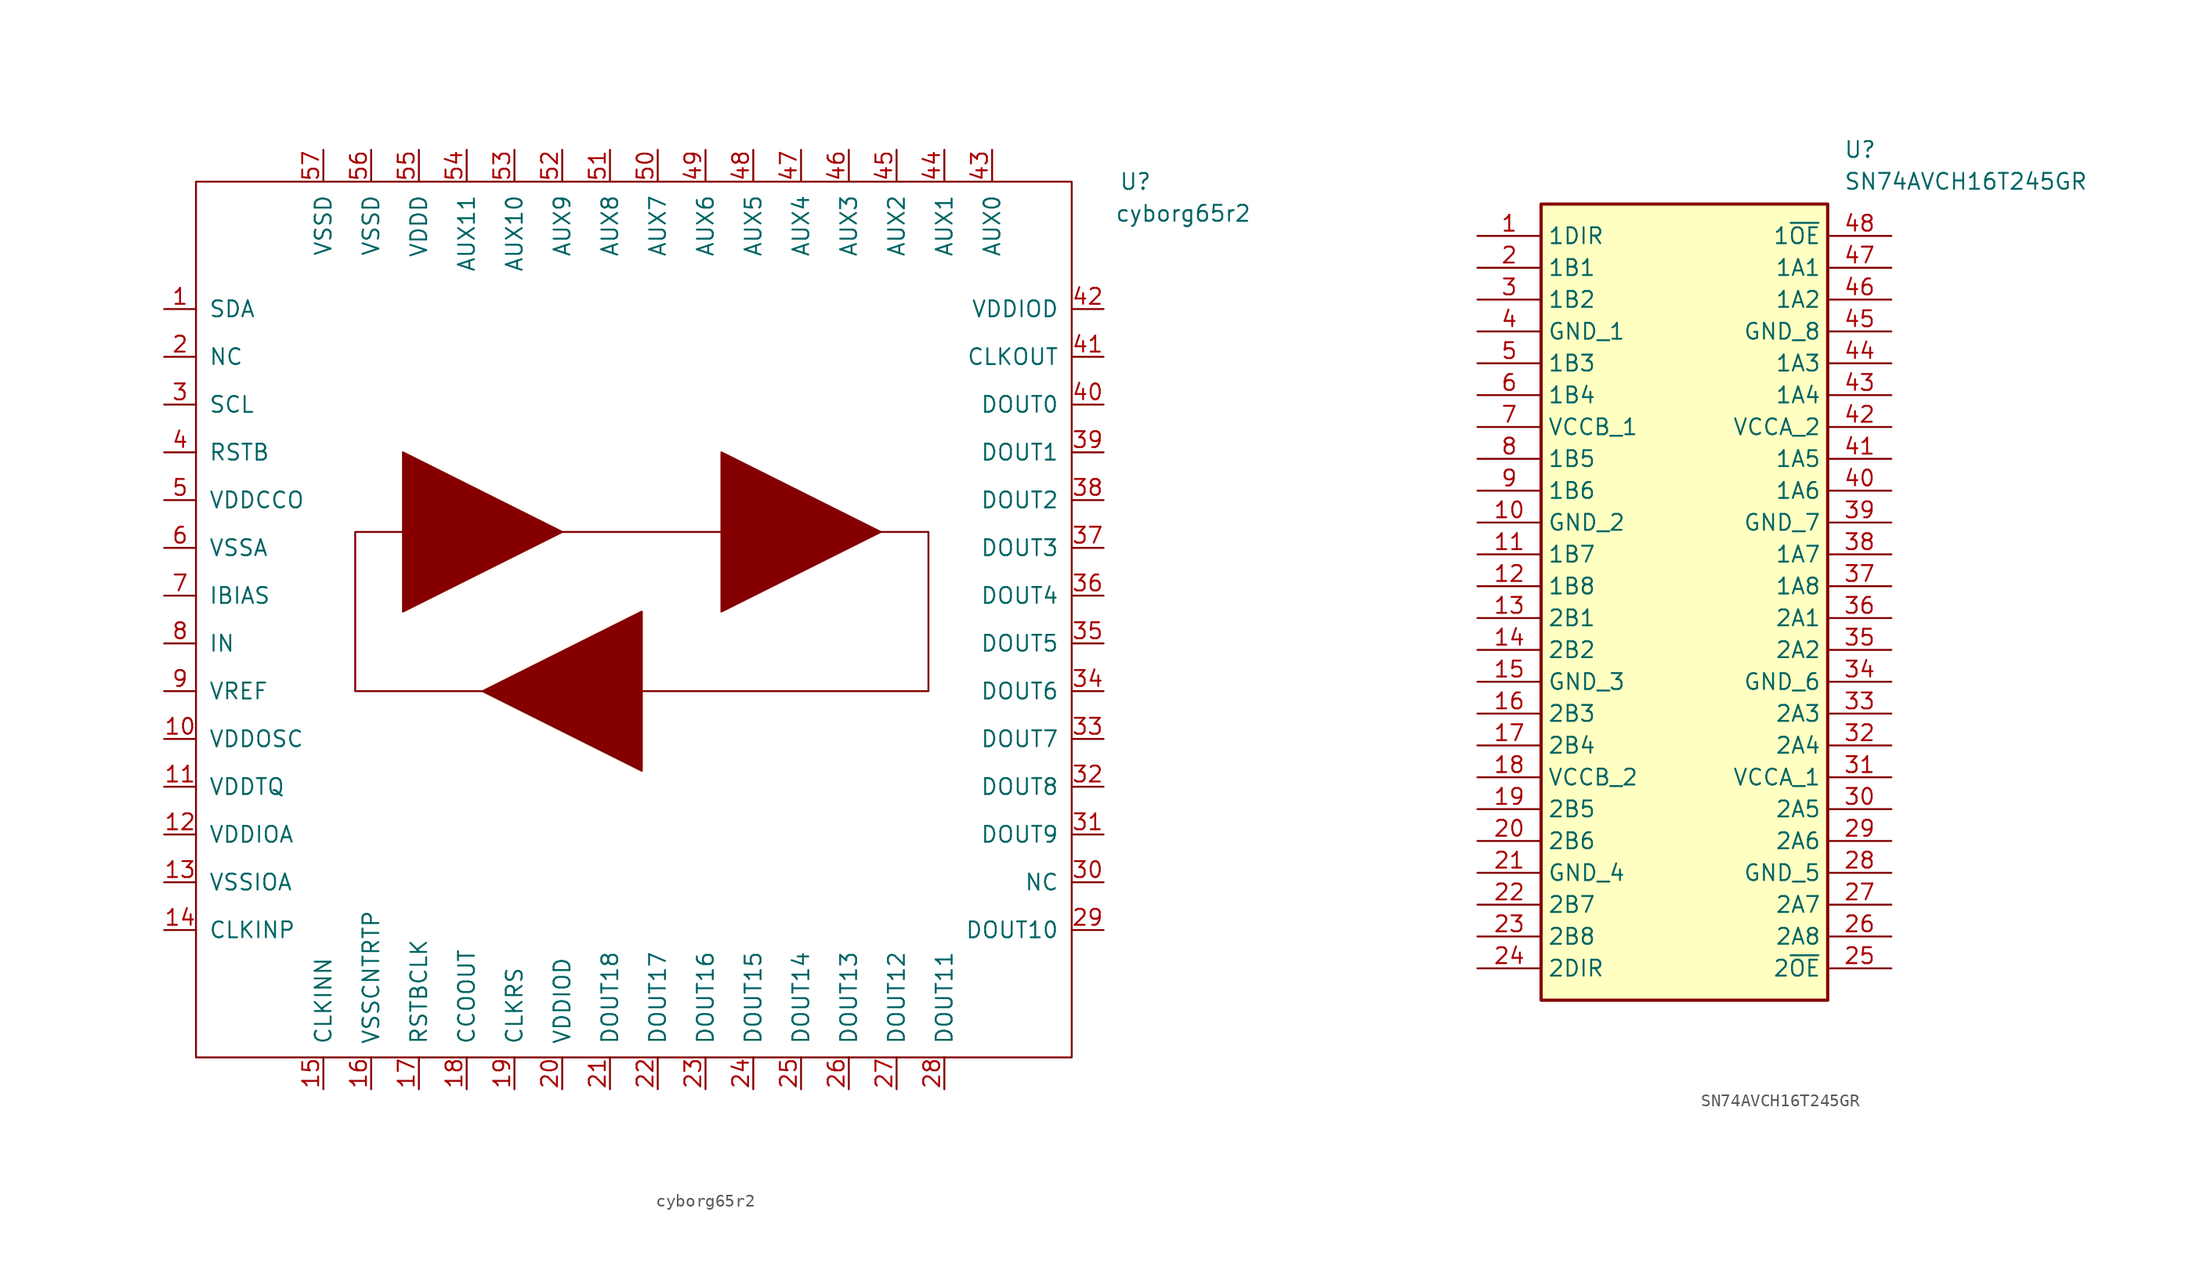
<source format=kicad_sym>
(kicad_symbol_lib
  (version 20220914)
  (generator kicad_symbol_editor)
  (symbol "cyborg65r2"
    (pin_names
      (offset 1))
    (property "Reference" "U"
      (at 77.47 10.16 0)
      (effects (font (size 1.27 1.27))))
    (property "Value" "cyborg65r2"
      (at 81.28 7.62 0)
      (effects (font (size 1.27 1.27))))
    (symbol "cyborg65r2_0_0"
      (pin bidirectional line (at 0 0 0) (length 2.54) (name "SDA" (effects (font (size 1.27 1.27)))) (number "1" (effects (font (size 1.27 1.27)))))
      (pin power_in line (at 0 -34.29 0) (length 2.54) (name "VDDOSC" (effects (font (size 1.27 1.27)))) (number "10" (effects (font (size 1.27 1.27)))))
      (pin power_in line (at 0 -38.1 0) (length 2.54) (name "VDDTQ" (effects (font (size 1.27 1.27)))) (number "11" (effects (font (size 1.27 1.27)))))
      (pin power_in line (at 0 -41.91 0) (length 2.54) (name "VDDIOA" (effects (font (size 1.27 1.27)))) (number "12" (effects (font (size 1.27 1.27)))))
      (pin power_in line (at 0 -45.72 0) (length 2.54) (name "VSSIOA" (effects (font (size 1.27 1.27)))) (number "13" (effects (font (size 1.27 1.27)))))
      (pin input line (at 0 -49.53 0) (length 2.54) (name "CLKINP" (effects (font (size 1.27 1.27)))) (number "14" (effects (font (size 1.27 1.27)))))
      (pin input line (at 12.7 -62.23 90) (length 2.54) (name "CLKINN" (effects (font (size 1.27 1.27)))) (number "15" (effects (font (size 1.27 1.27)))))
      (pin power_in line (at 16.51 -62.23 90) (length 2.54) (name "VSSCNTRTP" (effects (font (size 1.27 1.27)))) (number "16" (effects (font (size 1.27 1.27)))))
      (pin input line (at 20.32 -62.23 90) (length 2.54) (name "RSTBCLK" (effects (font (size 1.27 1.27)))) (number "17" (effects (font (size 1.27 1.27)))))
      (pin output line (at 24.13 -62.23 90) (length 2.54) (name "CCOOUT" (effects (font (size 1.27 1.27)))) (number "18" (effects (font (size 1.27 1.27)))))
      (pin output line (at 27.94 -62.23 90) (length 2.54) (name "CLKRS" (effects (font (size 1.27 1.27)))) (number "19" (effects (font (size 1.27 1.27)))))
      (pin free line (at 0 -3.81 0) (length 2.54) (name "NC" (effects (font (size 1.27 1.27)))) (number "2" (effects (font (size 1.27 1.27)))))
      (pin power_in line (at 31.75 -62.23 90) (length 2.54) (name "VDDIOD" (effects (font (size 1.27 1.27)))) (number "20" (effects (font (size 1.27 1.27)))))
      (pin output line (at 35.56 -62.23 90) (length 2.54) (name "DOUT18" (effects (font (size 1.27 1.27)))) (number "21" (effects (font (size 1.27 1.27)))))
      (pin output line (at 39.37 -62.23 90) (length 2.54) (name "DOUT17" (effects (font (size 1.27 1.27)))) (number "22" (effects (font (size 1.27 1.27)))))
      (pin output line (at 43.18 -62.23 90) (length 2.54) (name "DOUT16" (effects (font (size 1.27 1.27)))) (number "23" (effects (font (size 1.27 1.27)))))
      (pin output line (at 46.99 -62.23 90) (length 2.54) (name "DOUT15" (effects (font (size 1.27 1.27)))) (number "24" (effects (font (size 1.27 1.27)))))
      (pin output line (at 50.8 -62.23 90) (length 2.54) (name "DOUT14" (effects (font (size 1.27 1.27)))) (number "25" (effects (font (size 1.27 1.27)))))
      (pin output line (at 54.61 -62.23 90) (length 2.54) (name "DOUT13" (effects (font (size 1.27 1.27)))) (number "26" (effects (font (size 1.27 1.27)))))
      (pin output line (at 58.42 -62.23 90) (length 2.54) (name "DOUT12" (effects (font (size 1.27 1.27)))) (number "27" (effects (font (size 1.27 1.27)))))
      (pin output line (at 62.23 -62.23 90) (length 2.54) (name "DOUT11" (effects (font (size 1.27 1.27)))) (number "28" (effects (font (size 1.27 1.27)))))
      (pin output line (at 74.93 -49.53 180) (length 2.54) (name "DOUT10" (effects (font (size 1.27 1.27)))) (number "29" (effects (font (size 1.27 1.27)))))
      (pin bidirectional line (at 0 -7.62 0) (length 2.54) (name "SCL" (effects (font (size 1.27 1.27)))) (number "3" (effects (font (size 1.27 1.27)))))
      (pin free line (at 74.93 -45.72 180) (length 2.54) (name "NC" (effects (font (size 1.27 1.27)))) (number "30" (effects (font (size 1.27 1.27)))))
      (pin output line (at 74.93 -41.91 180) (length 2.54) (name "DOUT9" (effects (font (size 1.27 1.27)))) (number "31" (effects (font (size 1.27 1.27)))))
      (pin output line (at 74.93 -38.1 180) (length 2.54) (name "DOUT8" (effects (font (size 1.27 1.27)))) (number "32" (effects (font (size 1.27 1.27)))))
      (pin output line (at 74.93 -34.29 180) (length 2.54) (name "DOUT7" (effects (font (size 1.27 1.27)))) (number "33" (effects (font (size 1.27 1.27)))))
      (pin output line (at 74.93 -30.48 180) (length 2.54) (name "DOUT6" (effects (font (size 1.27 1.27)))) (number "34" (effects (font (size 1.27 1.27)))))
      (pin output line (at 74.93 -26.67 180) (length 2.54) (name "DOUT5" (effects (font (size 1.27 1.27)))) (number "35" (effects (font (size 1.27 1.27)))))
      (pin output line (at 74.93 -22.86 180) (length 2.54) (name "DOUT4" (effects (font (size 1.27 1.27)))) (number "36" (effects (font (size 1.27 1.27)))))
      (pin output line (at 74.93 -19.05 180) (length 2.54) (name "DOUT3" (effects (font (size 1.27 1.27)))) (number "37" (effects (font (size 1.27 1.27)))))
      (pin output line (at 74.93 -15.24 180) (length 2.54) (name "DOUT2" (effects (font (size 1.27 1.27)))) (number "38" (effects (font (size 1.27 1.27)))))
      (pin output line (at 74.93 -11.43 180) (length 2.54) (name "DOUT1" (effects (font (size 1.27 1.27)))) (number "39" (effects (font (size 1.27 1.27)))))
      (pin input line (at 0 -11.43 0) (length 2.54) (name "RSTB" (effects (font (size 1.27 1.27)))) (number "4" (effects (font (size 1.27 1.27)))))
      (pin output line (at 74.93 -7.62 180) (length 2.54) (name "DOUT0" (effects (font (size 1.27 1.27)))) (number "40" (effects (font (size 1.27 1.27)))))
      (pin output line (at 74.93 -3.81 180) (length 2.54) (name "CLKOUT" (effects (font (size 1.27 1.27)))) (number "41" (effects (font (size 1.27 1.27)))))
      (pin power_in line (at 74.93 0 180) (length 2.54) (name "VDDIOD" (effects (font (size 1.27 1.27)))) (number "42" (effects (font (size 1.27 1.27)))))
      (pin output line (at 66.04 12.7 270) (length 2.54) (name "AUX0" (effects (font (size 1.27 1.27)))) (number "43" (effects (font (size 1.27 1.27)))))
      (pin output line (at 62.23 12.7 270) (length 2.54) (name "AUX1" (effects (font (size 1.27 1.27)))) (number "44" (effects (font (size 1.27 1.27)))))
      (pin output line (at 58.42 12.7 270) (length 2.54) (name "AUX2" (effects (font (size 1.27 1.27)))) (number "45" (effects (font (size 1.27 1.27)))))
      (pin output line (at 54.61 12.7 270) (length 2.54) (name "AUX3" (effects (font (size 1.27 1.27)))) (number "46" (effects (font (size 1.27 1.27)))))
      (pin output line (at 50.8 12.7 270) (length 2.54) (name "AUX4" (effects (font (size 1.27 1.27)))) (number "47" (effects (font (size 1.27 1.27)))))
      (pin output line (at 46.99 12.7 270) (length 2.54) (name "AUX5" (effects (font (size 1.27 1.27)))) (number "48" (effects (font (size 1.27 1.27)))))
      (pin output line (at 43.18 12.7 270) (length 2.54) (name "AUX6" (effects (font (size 1.27 1.27)))) (number "49" (effects (font (size 1.27 1.27)))))
      (pin power_in line (at 0 -15.24 0) (length 2.54) (name "VDDCCO" (effects (font (size 1.27 1.27)))) (number "5" (effects (font (size 1.27 1.27)))))
      (pin output line (at 39.37 12.7 270) (length 2.54) (name "AUX7" (effects (font (size 1.27 1.27)))) (number "50" (effects (font (size 1.27 1.27)))))
      (pin passive line (at 35.56 12.7 270) (length 2.54) (name "AUX8" (effects (font (size 1.27 1.27)))) (number "51" (effects (font (size 1.27 1.27)))))
      (pin output line (at 31.75 12.7 270) (length 2.54) (name "AUX9" (effects (font (size 1.27 1.27)))) (number "52" (effects (font (size 1.27 1.27)))))
      (pin output line (at 27.94 12.7 270) (length 2.54) (name "AUX10" (effects (font (size 1.27 1.27)))) (number "53" (effects (font (size 1.27 1.27)))))
      (pin output line (at 24.13 12.7 270) (length 2.54) (name "AUX11" (effects (font (size 1.27 1.27)))) (number "54" (effects (font (size 1.27 1.27)))))
      (pin power_in line (at 20.32 12.7 270) (length 2.54) (name "VDDD" (effects (font (size 1.27 1.27)))) (number "55" (effects (font (size 1.27 1.27)))))
      (pin power_out line (at 16.51 12.7 270) (length 2.54) (name "VSSD" (effects (font (size 1.27 1.27)))) (number "56" (effects (font (size 1.27 1.27)))))
      (pin power_in line (at 12.7 12.7 270) (length 2.54) (name "VSSD" (effects (font (size 1.27 1.27)))) (number "57" (effects (font (size 1.27 1.27)))))
      (pin power_in line (at 0 -19.05 0) (length 2.54) (name "VSSA" (effects (font (size 1.27 1.27)))) (number "6" (effects (font (size 1.27 1.27)))))
      (pin input line (at 0 -22.86 0) (length 2.54) (name "IBIAS" (effects (font (size 1.27 1.27)))) (number "7" (effects (font (size 1.27 1.27)))))
      (pin input line (at 0 -26.67 0) (length 2.54) (name "IN" (effects (font (size 1.27 1.27)))) (number "8" (effects (font (size 1.27 1.27)))))
      (pin input line (at 0 -30.48 0) (length 2.54) (name "VREF" (effects (font (size 1.27 1.27)))) (number "9" (effects (font (size 1.27 1.27))))))
    (symbol "cyborg65r2_0_1"
      (polyline (pts (xy 31.75 -17.78) (xy 44.45 -17.78)) (stroke (width 0) (type default)) (fill (type none)))
      (polyline (pts (xy 19.05 -11.43) (xy 19.05 -24.13) (xy 31.75 -17.78) (xy 19.05 -11.43)) (stroke (width 0) (type default)) (fill (type outline)))
      (polyline (pts (xy 25.4 -30.48) (xy 15.24 -30.48) (xy 15.24 -17.78) (xy 19.05 -17.78)) (stroke (width 0) (type default)) (fill (type none)))
      (polyline (pts (xy 38.1 -24.13) (xy 38.1 -36.83) (xy 25.4 -30.48) (xy 38.1 -24.13)) (stroke (width 0) (type default)) (fill (type outline)))
      (polyline (pts (xy 44.45 -11.43) (xy 44.45 -24.13) (xy 57.15 -17.78) (xy 44.45 -11.43)) (stroke (width 0) (type default)) (fill (type outline)))
      (polyline (pts (xy 57.15 -17.78) (xy 60.96 -17.78) (xy 60.96 -30.48) (xy 38.1 -30.48)) (stroke (width 0) (type default)) (fill (type none)))
      (rectangle (start 2.54 10.16) (end 72.39 -59.69) (stroke (width 0) (type default)) (fill (type none)))))
  (symbol "SN74AVCH16T245GR"
    (property "Reference" "U"
      (at 29.21 7.62 0)
      (effects (font (size 1.27 1.27)) (justify left top)))
    (property "Value" "SN74AVCH16T245GR"
      (at 29.21 5.08 0)
      (effects (font (size 1.27 1.27)) (justify left top)))
    (symbol "SN74AVCH16T245GR_1_1"
      (rectangle (start 5.08 2.54) (end 27.94 -60.96) (stroke (width 0.254) (type default)) (fill (type background)))
      (pin passive line (at 0 0 0) (length 5.08) (name "1DIR" (effects (font (size 1.27 1.27)))) (number "1" (effects (font (size 1.27 1.27)))))
      (pin passive line (at 0 -22.86 0) (length 5.08) (name "GND_2" (effects (font (size 1.27 1.27)))) (number "10" (effects (font (size 1.27 1.27)))))
      (pin passive line (at 0 -25.4 0) (length 5.08) (name "1B7" (effects (font (size 1.27 1.27)))) (number "11" (effects (font (size 1.27 1.27)))))
      (pin passive line (at 0 -27.94 0) (length 5.08) (name "1B8" (effects (font (size 1.27 1.27)))) (number "12" (effects (font (size 1.27 1.27)))))
      (pin passive line (at 0 -30.48 0) (length 5.08) (name "2B1" (effects (font (size 1.27 1.27)))) (number "13" (effects (font (size 1.27 1.27)))))
      (pin passive line (at 0 -33.02 0) (length 5.08) (name "2B2" (effects (font (size 1.27 1.27)))) (number "14" (effects (font (size 1.27 1.27)))))
      (pin passive line (at 0 -35.56 0) (length 5.08) (name "GND_3" (effects (font (size 1.27 1.27)))) (number "15" (effects (font (size 1.27 1.27)))))
      (pin passive line (at 0 -38.1 0) (length 5.08) (name "2B3" (effects (font (size 1.27 1.27)))) (number "16" (effects (font (size 1.27 1.27)))))
      (pin passive line (at 0 -40.64 0) (length 5.08) (name "2B4" (effects (font (size 1.27 1.27)))) (number "17" (effects (font (size 1.27 1.27)))))
      (pin passive line (at 0 -43.18 0) (length 5.08) (name "VCCB_2" (effects (font (size 1.27 1.27)))) (number "18" (effects (font (size 1.27 1.27)))))
      (pin passive line (at 0 -45.72 0) (length 5.08) (name "2B5" (effects (font (size 1.27 1.27)))) (number "19" (effects (font (size 1.27 1.27)))))
      (pin passive line (at 0 -2.54 0) (length 5.08) (name "1B1" (effects (font (size 1.27 1.27)))) (number "2" (effects (font (size 1.27 1.27)))))
      (pin passive line (at 0 -48.26 0) (length 5.08) (name "2B6" (effects (font (size 1.27 1.27)))) (number "20" (effects (font (size 1.27 1.27)))))
      (pin passive line (at 0 -50.8 0) (length 5.08) (name "GND_4" (effects (font (size 1.27 1.27)))) (number "21" (effects (font (size 1.27 1.27)))))
      (pin passive line (at 0 -53.34 0) (length 5.08) (name "2B7" (effects (font (size 1.27 1.27)))) (number "22" (effects (font (size 1.27 1.27)))))
      (pin passive line (at 0 -55.88 0) (length 5.08) (name "2B8" (effects (font (size 1.27 1.27)))) (number "23" (effects (font (size 1.27 1.27)))))
      (pin passive line (at 0 -58.42 0) (length 5.08) (name "2DIR" (effects (font (size 1.27 1.27)))) (number "24" (effects (font (size 1.27 1.27)))))
      (pin passive line (at 33.02 -58.42 180) (length 5.08) (name "2~{OE}" (effects (font (size 1.27 1.27)))) (number "25" (effects (font (size 1.27 1.27)))))
      (pin passive line (at 33.02 -55.88 180) (length 5.08) (name "2A8" (effects (font (size 1.27 1.27)))) (number "26" (effects (font (size 1.27 1.27)))))
      (pin passive line (at 33.02 -53.34 180) (length 5.08) (name "2A7" (effects (font (size 1.27 1.27)))) (number "27" (effects (font (size 1.27 1.27)))))
      (pin passive line (at 33.02 -50.8 180) (length 5.08) (name "GND_5" (effects (font (size 1.27 1.27)))) (number "28" (effects (font (size 1.27 1.27)))))
      (pin passive line (at 33.02 -48.26 180) (length 5.08) (name "2A6" (effects (font (size 1.27 1.27)))) (number "29" (effects (font (size 1.27 1.27)))))
      (pin passive line (at 0 -5.08 0) (length 5.08) (name "1B2" (effects (font (size 1.27 1.27)))) (number "3" (effects (font (size 1.27 1.27)))))
      (pin passive line (at 33.02 -45.72 180) (length 5.08) (name "2A5" (effects (font (size 1.27 1.27)))) (number "30" (effects (font (size 1.27 1.27)))))
      (pin passive line (at 33.02 -43.18 180) (length 5.08) (name "VCCA_1" (effects (font (size 1.27 1.27)))) (number "31" (effects (font (size 1.27 1.27)))))
      (pin passive line (at 33.02 -40.64 180) (length 5.08) (name "2A4" (effects (font (size 1.27 1.27)))) (number "32" (effects (font (size 1.27 1.27)))))
      (pin passive line (at 33.02 -38.1 180) (length 5.08) (name "2A3" (effects (font (size 1.27 1.27)))) (number "33" (effects (font (size 1.27 1.27)))))
      (pin passive line (at 33.02 -35.56 180) (length 5.08) (name "GND_6" (effects (font (size 1.27 1.27)))) (number "34" (effects (font (size 1.27 1.27)))))
      (pin passive line (at 33.02 -33.02 180) (length 5.08) (name "2A2" (effects (font (size 1.27 1.27)))) (number "35" (effects (font (size 1.27 1.27)))))
      (pin passive line (at 33.02 -30.48 180) (length 5.08) (name "2A1" (effects (font (size 1.27 1.27)))) (number "36" (effects (font (size 1.27 1.27)))))
      (pin passive line (at 33.02 -27.94 180) (length 5.08) (name "1A8" (effects (font (size 1.27 1.27)))) (number "37" (effects (font (size 1.27 1.27)))))
      (pin passive line (at 33.02 -25.4 180) (length 5.08) (name "1A7" (effects (font (size 1.27 1.27)))) (number "38" (effects (font (size 1.27 1.27)))))
      (pin passive line (at 33.02 -22.86 180) (length 5.08) (name "GND_7" (effects (font (size 1.27 1.27)))) (number "39" (effects (font (size 1.27 1.27)))))
      (pin passive line (at 0 -7.62 0) (length 5.08) (name "GND_1" (effects (font (size 1.27 1.27)))) (number "4" (effects (font (size 1.27 1.27)))))
      (pin passive line (at 33.02 -20.32 180) (length 5.08) (name "1A6" (effects (font (size 1.27 1.27)))) (number "40" (effects (font (size 1.27 1.27)))))
      (pin passive line (at 33.02 -17.78 180) (length 5.08) (name "1A5" (effects (font (size 1.27 1.27)))) (number "41" (effects (font (size 1.27 1.27)))))
      (pin passive line (at 33.02 -15.24 180) (length 5.08) (name "VCCA_2" (effects (font (size 1.27 1.27)))) (number "42" (effects (font (size 1.27 1.27)))))
      (pin passive line (at 33.02 -12.7 180) (length 5.08) (name "1A4" (effects (font (size 1.27 1.27)))) (number "43" (effects (font (size 1.27 1.27)))))
      (pin passive line (at 33.02 -10.16 180) (length 5.08) (name "1A3" (effects (font (size 1.27 1.27)))) (number "44" (effects (font (size 1.27 1.27)))))
      (pin passive line (at 33.02 -7.62 180) (length 5.08) (name "GND_8" (effects (font (size 1.27 1.27)))) (number "45" (effects (font (size 1.27 1.27)))))
      (pin passive line (at 33.02 -5.08 180) (length 5.08) (name "1A2" (effects (font (size 1.27 1.27)))) (number "46" (effects (font (size 1.27 1.27)))))
      (pin passive line (at 33.02 -2.54 180) (length 5.08) (name "1A1" (effects (font (size 1.27 1.27)))) (number "47" (effects (font (size 1.27 1.27)))))
      (pin passive line (at 33.02 0 180) (length 5.08) (name "1~{OE}" (effects (font (size 1.27 1.27)))) (number "48" (effects (font (size 1.27 1.27)))))
      (pin passive line (at 0 -10.16 0) (length 5.08) (name "1B3" (effects (font (size 1.27 1.27)))) (number "5" (effects (font (size 1.27 1.27)))))
      (pin passive line (at 0 -12.7 0) (length 5.08) (name "1B4" (effects (font (size 1.27 1.27)))) (number "6" (effects (font (size 1.27 1.27)))))
      (pin passive line (at 0 -15.24 0) (length 5.08) (name "VCCB_1" (effects (font (size 1.27 1.27)))) (number "7" (effects (font (size 1.27 1.27)))))
      (pin passive line (at 0 -17.78 0) (length 5.08) (name "1B5" (effects (font (size 1.27 1.27)))) (number "8" (effects (font (size 1.27 1.27)))))
      (pin passive line (at 0 -20.32 0) (length 5.08) (name "1B6" (effects (font (size 1.27 1.27)))) (number "9" (effects (font (size 1.27 1.27))))))))
</source>
